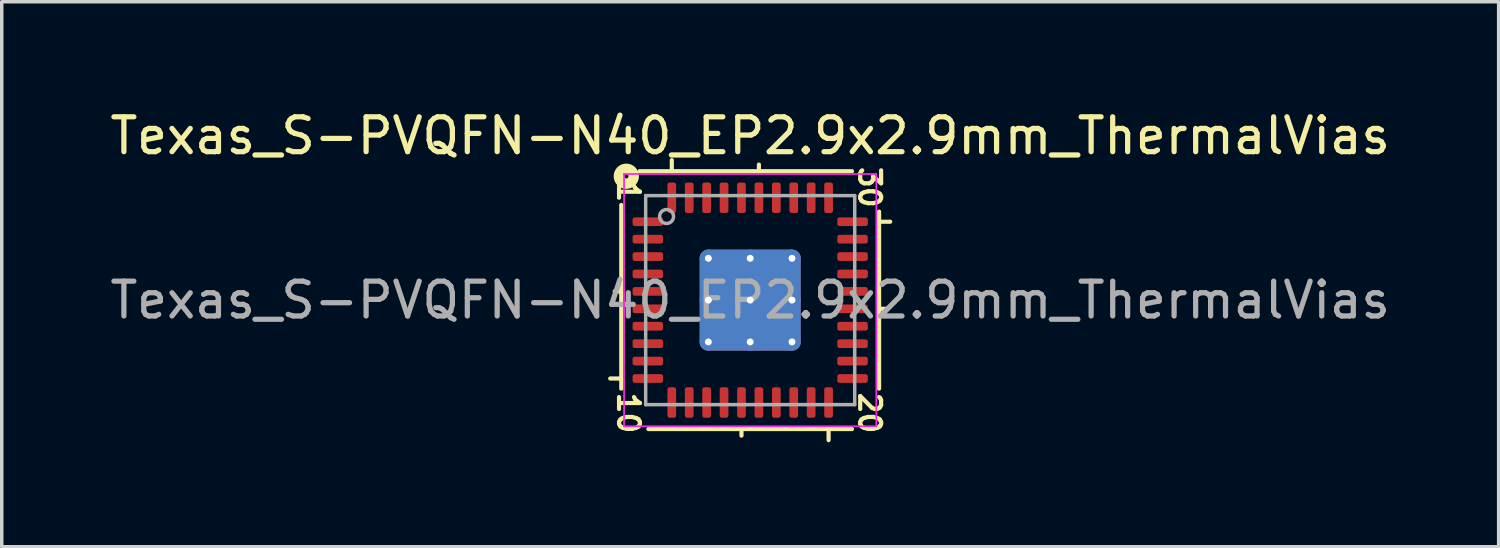
<source format=kicad_pcb>
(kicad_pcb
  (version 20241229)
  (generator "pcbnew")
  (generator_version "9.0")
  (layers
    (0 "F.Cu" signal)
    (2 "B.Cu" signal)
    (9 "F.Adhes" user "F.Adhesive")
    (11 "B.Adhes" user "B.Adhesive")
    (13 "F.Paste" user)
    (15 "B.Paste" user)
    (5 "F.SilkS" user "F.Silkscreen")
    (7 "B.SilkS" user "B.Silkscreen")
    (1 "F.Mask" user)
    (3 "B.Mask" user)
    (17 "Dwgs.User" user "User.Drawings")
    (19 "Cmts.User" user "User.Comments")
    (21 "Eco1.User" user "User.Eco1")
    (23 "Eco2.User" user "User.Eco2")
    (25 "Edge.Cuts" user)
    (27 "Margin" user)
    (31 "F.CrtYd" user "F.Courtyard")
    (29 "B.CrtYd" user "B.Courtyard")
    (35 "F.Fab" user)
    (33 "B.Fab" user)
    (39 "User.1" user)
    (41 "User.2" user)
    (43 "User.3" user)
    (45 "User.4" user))
  (footprint "Texas_S-PVQFN-N40_EP2.9x2.9mm_ThermalVias"
    (layer "F.Cu")
    (at 18.482 5.564)
    (property "Reference" "Texas_S-PVQFN-N40_EP2.9x2.9mm_ThermalVias" (at 0 -4.716 0) (layer "F.SilkS") (effects (font (size 1 1) (thickness 0.15))))
    (attr smd)
    (fp_line (start -3.7 -2.731) (end -3.7 2.54) (stroke (width 0.12) (type solid)) (layer "F.SilkS"))
    (fp_line (start -3.7 -0.25) (end -3.89 -0.25) (stroke (width 0.12) (type solid)) (layer "F.SilkS"))
    (fp_line (start -3.7 2.25) (end -4.018 2.25) (stroke (width 0.12) (type solid)) (layer "F.SilkS"))
    (fp_line (start -2.921 3.7) (end 2.921 3.7) (stroke (width 0.12) (type solid)) (layer "F.SilkS"))
    (fp_line (start -2.25 -3.7) (end -2.25 -4.018) (stroke (width 0.12) (type solid)) (layer "F.SilkS"))
    (fp_line (start -0.25 3.7) (end -0.25 3.89) (stroke (width 0.12) (type solid)) (layer "F.SilkS"))
    (fp_line (start 0.25 -3.7) (end 0.25 -3.89) (stroke (width 0.12) (type solid)) (layer "F.SilkS"))
    (fp_line (start 2.25 3.7) (end 2.25 4.018) (stroke (width 0.12) (type solid)) (layer "F.SilkS"))
    (fp_line (start 2.921 -3.7) (end -3.175 -3.7) (stroke (width 0.12) (type solid)) (layer "F.SilkS"))
    (fp_line (start 3.7 -2.25) (end 4.018 -2.25) (stroke (width 0.12) (type solid)) (layer "F.SilkS"))
    (fp_line (start 3.7 0.25) (end 3.89 0.25) (stroke (width 0.12) (type solid)) (layer "F.SilkS"))
    (fp_line (start 3.7 2.54) (end 3.7 -2.54) (stroke (width 0.12) (type solid)) (layer "F.SilkS"))
    (fp_circle (center -3.556 -3.556) (end -3.493 -3.556) (stroke (width 0.3) (type solid)) (fill no) (layer "F.SilkS"))
    (fp_line (start -3.62 -3.62) (end -3.62 3.62) (stroke (width 0.05) (type solid)) (layer "F.CrtYd"))
    (fp_line (start -3.62 3.62) (end 3.62 3.62) (stroke (width 0.05) (type solid)) (layer "F.CrtYd"))
    (fp_line (start 3.62 -3.62) (end -3.62 -3.62) (stroke (width 0.05) (type solid)) (layer "F.CrtYd"))
    (fp_line (start 3.62 3.62) (end 3.62 -3.62) (stroke (width 0.05) (type solid)) (layer "F.CrtYd"))
    (fp_line (start -3 -3) (end 3 -3) (stroke (width 0.1) (type solid)) (layer "F.Fab"))
    (fp_line (start -3 3) (end -3 -3) (stroke (width 0.1) (type solid)) (layer "F.Fab"))
    (fp_line (start 3 -3) (end 3 3) (stroke (width 0.1) (type solid)) (layer "F.Fab"))
    (fp_line (start 3 3) (end -3 3) (stroke (width 0.1) (type solid)) (layer "F.Fab"))
    (fp_circle (center -2.4 -2.4) (end -2.2 -2.4) (stroke (width 0.1) (type solid)) (fill no) (layer "F.Fab"))
    (fp_text user "20" (at 3.429 3.239 270) (unlocked yes) (layer "F.SilkS") (effects (font (size 0.6 0.6) (thickness 0.12))))
    (fp_text user "10" (at -3.493 3.239 270) (unlocked yes) (layer "F.SilkS") (effects (font (size 0.6 0.6) (thickness 0.12))))
    (fp_text user "1" (at -3.493 -3.111 270) (unlocked yes) (layer "F.SilkS") (effects (font (size 0.6 0.6) (thickness 0.12))))
    (fp_text user "30" (at 3.429 -3.239 270) (unlocked yes) (layer "F.SilkS") (effects (font (size 0.6 0.6) (thickness 0.12))))
    (fp_text user "${REFERENCE}" (at 0 0 0) (layer "F.Fab") (effects (font (size 1 1) (thickness 0.15))))
    (pad "" smd roundrect (at -0.725 -0.725) (size 1.21 1.21) (layers "F.Paste") (roundrect_rratio 0.207))
    (pad "" smd roundrect (at -0.725 0.725) (size 1.21 1.21) (layers "F.Paste") (roundrect_rratio 0.207))
    (pad "" smd roundrect (at 0.725 -0.725) (size 1.21 1.21) (layers "F.Paste") (roundrect_rratio 0.207))
    (pad "" smd roundrect (at 0.725 0.725) (size 1.21 1.21) (layers "F.Paste") (roundrect_rratio 0.207))
    (pad "1" smd roundrect (at -2.938 -2.25) (size 0.875 0.25) (layers "F.Cu" "F.Mask" "F.Paste") (roundrect_rratio 0.25))
    (pad "2" smd roundrect (at -2.938 -1.75) (size 0.875 0.25) (layers "F.Cu" "F.Mask" "F.Paste") (roundrect_rratio 0.25))
    (pad "3" smd roundrect (at -2.938 -1.25) (size 0.875 0.25) (layers "F.Cu" "F.Mask" "F.Paste") (roundrect_rratio 0.25))
    (pad "4" smd roundrect (at -2.938 -0.75) (size 0.875 0.25) (layers "F.Cu" "F.Mask" "F.Paste") (roundrect_rratio 0.25))
    (pad "5" smd roundrect (at -2.938 -0.25) (size 0.875 0.25) (layers "F.Cu" "F.Mask" "F.Paste") (roundrect_rratio 0.25))
    (pad "6" smd roundrect (at -2.938 0.25) (size 0.875 0.25) (layers "F.Cu" "F.Mask" "F.Paste") (roundrect_rratio 0.25))
    (pad "7" smd roundrect (at -2.938 0.75) (size 0.875 0.25) (layers "F.Cu" "F.Mask" "F.Paste") (roundrect_rratio 0.25))
    (pad "8" smd roundrect (at -2.938 1.25) (size 0.875 0.25) (layers "F.Cu" "F.Mask" "F.Paste") (roundrect_rratio 0.25))
    (pad "9" smd roundrect (at -2.938 1.75) (size 0.875 0.25) (layers "F.Cu" "F.Mask" "F.Paste") (roundrect_rratio 0.25))
    (pad "10" smd roundrect (at -2.938 2.25) (size 0.875 0.25) (layers "F.Cu" "F.Mask" "F.Paste") (roundrect_rratio 0.25))
    (pad "11" smd roundrect (at -2.25 2.938) (size 0.25 0.875) (layers "F.Cu" "F.Mask" "F.Paste") (roundrect_rratio 0.25))
    (pad "12" smd roundrect (at -1.75 2.938) (size 0.25 0.875) (layers "F.Cu" "F.Mask" "F.Paste") (roundrect_rratio 0.25))
    (pad "13" smd roundrect (at -1.25 2.938) (size 0.25 0.875) (layers "F.Cu" "F.Mask" "F.Paste") (roundrect_rratio 0.25))
    (pad "14" smd roundrect (at -0.75 2.938) (size 0.25 0.875) (layers "F.Cu" "F.Mask" "F.Paste") (roundrect_rratio 0.25))
    (pad "15" smd roundrect (at -0.25 2.938) (size 0.25 0.875) (layers "F.Cu" "F.Mask" "F.Paste") (roundrect_rratio 0.25))
    (pad "16" smd roundrect (at 0.25 2.938) (size 0.25 0.875) (layers "F.Cu" "F.Mask" "F.Paste") (roundrect_rratio 0.25))
    (pad "17" smd roundrect (at 0.75 2.938) (size 0.25 0.875) (layers "F.Cu" "F.Mask" "F.Paste") (roundrect_rratio 0.25))
    (pad "18" smd roundrect (at 1.25 2.938) (size 0.25 0.875) (layers "F.Cu" "F.Mask" "F.Paste") (roundrect_rratio 0.25))
    (pad "19" smd roundrect (at 1.75 2.938) (size 0.25 0.875) (layers "F.Cu" "F.Mask" "F.Paste") (roundrect_rratio 0.25))
    (pad "20" smd roundrect (at 2.25 2.938) (size 0.25 0.875) (layers "F.Cu" "F.Mask" "F.Paste") (roundrect_rratio 0.25))
    (pad "21" smd roundrect (at 2.938 2.25) (size 0.875 0.25) (layers "F.Cu" "F.Mask" "F.Paste") (roundrect_rratio 0.25))
    (pad "22" smd roundrect (at 2.938 1.75) (size 0.875 0.25) (layers "F.Cu" "F.Mask" "F.Paste") (roundrect_rratio 0.25))
    (pad "23" smd roundrect (at 2.938 1.25) (size 0.875 0.25) (layers "F.Cu" "F.Mask" "F.Paste") (roundrect_rratio 0.25))
    (pad "24" smd roundrect (at 2.938 0.75) (size 0.875 0.25) (layers "F.Cu" "F.Mask" "F.Paste") (roundrect_rratio 0.25))
    (pad "25" smd roundrect (at 2.938 0.25) (size 0.875 0.25) (layers "F.Cu" "F.Mask" "F.Paste") (roundrect_rratio 0.25))
    (pad "26" smd roundrect (at 2.938 -0.25) (size 0.875 0.25) (layers "F.Cu" "F.Mask" "F.Paste") (roundrect_rratio 0.25))
    (pad "27" smd roundrect (at 2.938 -0.75) (size 0.875 0.25) (layers "F.Cu" "F.Mask" "F.Paste") (roundrect_rratio 0.25))
    (pad "28" smd roundrect (at 2.938 -1.25) (size 0.875 0.25) (layers "F.Cu" "F.Mask" "F.Paste") (roundrect_rratio 0.25))
    (pad "29" smd roundrect (at 2.938 -1.75) (size 0.875 0.25) (layers "F.Cu" "F.Mask" "F.Paste") (roundrect_rratio 0.25))
    (pad "30" smd roundrect (at 2.938 -2.25) (size 0.875 0.25) (layers "F.Cu" "F.Mask" "F.Paste") (roundrect_rratio 0.25))
    (pad "31" smd roundrect (at 2.25 -2.938) (size 0.25 0.875) (layers "F.Cu" "F.Mask" "F.Paste") (roundrect_rratio 0.25))
    (pad "32" smd roundrect (at 1.75 -2.938) (size 0.25 0.875) (layers "F.Cu" "F.Mask" "F.Paste") (roundrect_rratio 0.25))
    (pad "33" smd roundrect (at 1.25 -2.938) (size 0.25 0.875) (layers "F.Cu" "F.Mask" "F.Paste") (roundrect_rratio 0.25))
    (pad "34" smd roundrect (at 0.75 -2.938) (size 0.25 0.875) (layers "F.Cu" "F.Mask" "F.Paste") (roundrect_rratio 0.25))
    (pad "35" smd roundrect (at 0.25 -2.938) (size 0.25 0.875) (layers "F.Cu" "F.Mask" "F.Paste") (roundrect_rratio 0.25))
    (pad "36" smd roundrect (at -0.25 -2.938) (size 0.25 0.875) (layers "F.Cu" "F.Mask" "F.Paste") (roundrect_rratio 0.25))
    (pad "37" smd roundrect (at -0.75 -2.938) (size 0.25 0.875) (layers "F.Cu" "F.Mask" "F.Paste") (roundrect_rratio 0.25))
    (pad "38" smd roundrect (at -1.25 -2.938) (size 0.25 0.875) (layers "F.Cu" "F.Mask" "F.Paste") (roundrect_rratio 0.25))
    (pad "39" smd roundrect (at -1.75 -2.938) (size 0.25 0.875) (layers "F.Cu" "F.Mask" "F.Paste") (roundrect_rratio 0.25))
    (pad "40" smd roundrect (at -2.25 -2.938) (size 0.25 0.875) (layers "F.Cu" "F.Mask" "F.Paste") (roundrect_rratio 0.25))
    (pad "41" thru_hole circle (at -1.2 -1.2) (size 0.5 0.5) (drill 0.2) (property pad_prop_heatsink) (layers "*.Cu"))
    (pad "41" thru_hole circle (at -1.2 0) (size 0.5 0.5) (drill 0.2) (property pad_prop_heatsink) (layers "*.Cu"))
    (pad "41" thru_hole circle (at -1.2 1.2) (size 0.5 0.5) (drill 0.2) (property pad_prop_heatsink) (layers "*.Cu"))
    (pad "41" thru_hole circle (at 0 -1.2) (size 0.5 0.5) (drill 0.2) (property pad_prop_heatsink) (layers "*.Cu"))
    (pad "41" thru_hole circle (at 0 0) (size 0.5 0.5) (drill 0.2) (property pad_prop_heatsink) (layers "*.Cu"))
    (pad "41" smd roundrect (at 0 0) (size 2.9 2.9) (layers "F.Cu" "F.Mask") (roundrect_rratio 0.086))
    (pad "41" smd roundrect (at 0 0) (size 2.9 2.9) (layers "B.Cu" "B.Mask") (roundrect_rratio 0.086))
    (pad "41" thru_hole circle (at 0 1.2) (size 0.5 0.5) (drill 0.2) (property pad_prop_heatsink) (layers "*.Cu"))
    (pad "41" thru_hole circle (at 1.2 -1.2) (size 0.5 0.5) (drill 0.2) (property pad_prop_heatsink) (layers "*.Cu"))
    (pad "41" thru_hole circle (at 1.2 0) (size 0.5 0.5) (drill 0.2) (property pad_prop_heatsink) (layers "*.Cu"))
    (pad "41" thru_hole circle (at 1.2 1.2) (size 0.5 0.5) (drill 0.2) (property pad_prop_heatsink) (layers "*.Cu")))
  (gr_rect
    (start -3 -3)
    (end 39.964 12.642)
    (stroke (width 0.1) (type default))
    (fill no)
    (layer "Edge.Cuts")))
</source>
